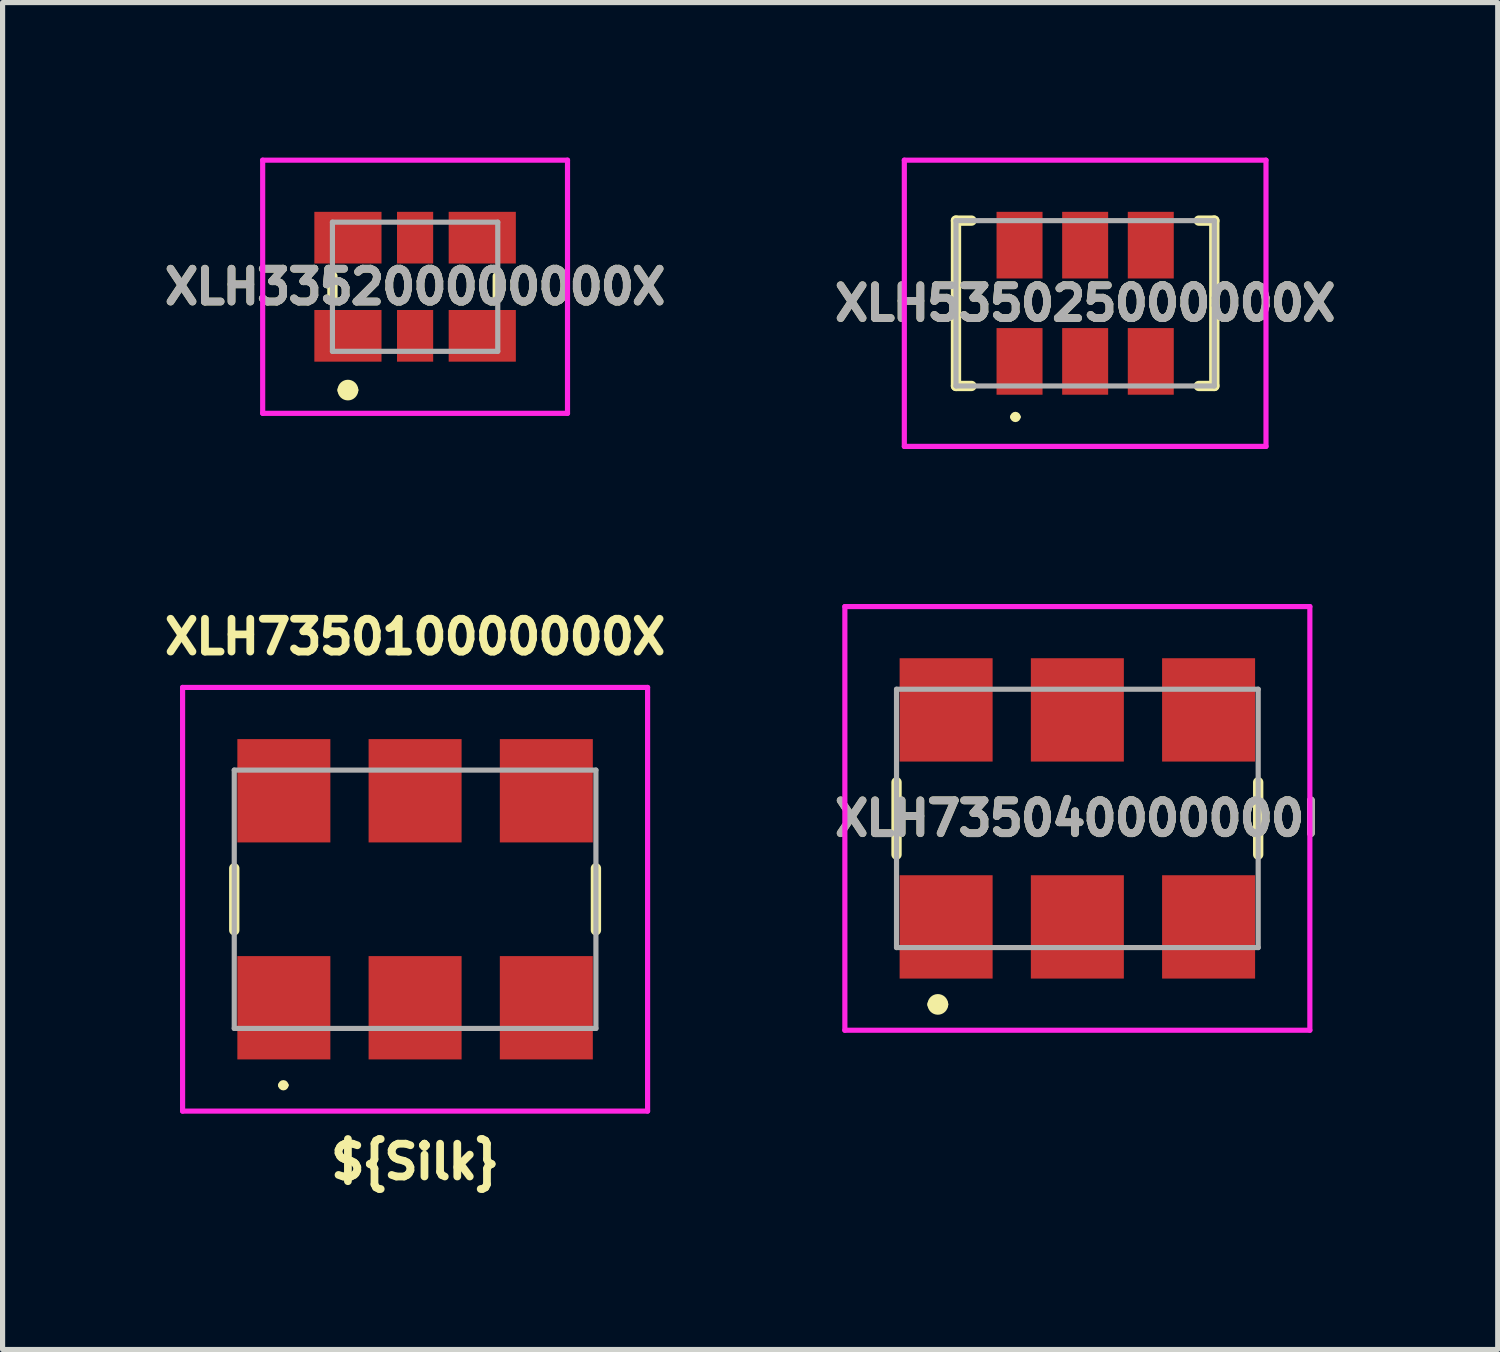
<source format=kicad_pcb>
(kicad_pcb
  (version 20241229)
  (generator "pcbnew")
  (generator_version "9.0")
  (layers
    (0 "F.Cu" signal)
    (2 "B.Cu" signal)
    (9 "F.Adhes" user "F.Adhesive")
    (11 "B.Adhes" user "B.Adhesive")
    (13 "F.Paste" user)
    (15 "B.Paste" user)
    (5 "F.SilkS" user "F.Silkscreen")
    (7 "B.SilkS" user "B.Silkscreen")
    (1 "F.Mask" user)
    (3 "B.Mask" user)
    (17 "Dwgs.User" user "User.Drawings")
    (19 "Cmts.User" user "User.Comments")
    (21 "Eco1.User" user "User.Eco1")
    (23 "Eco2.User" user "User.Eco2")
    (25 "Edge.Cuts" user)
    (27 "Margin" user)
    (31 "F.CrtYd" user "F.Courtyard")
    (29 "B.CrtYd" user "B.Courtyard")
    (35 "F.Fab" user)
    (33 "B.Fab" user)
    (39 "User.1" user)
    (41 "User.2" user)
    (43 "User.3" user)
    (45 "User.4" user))
  (footprint "XLH335200000000X"
    (layer "F.Cu")
    (at 4.984 2.5)
    (property "Reference" "XLH335200000000X" (at 0 0 0) (layer "F.SilkS") (effects (font (size 0.635 0.635) (thickness 0.15))))
    (attr smd)
    (fp_line (start -1.6 0.2) (end -1.6 -0.2) (stroke (width 0.2) (type solid)) (layer "F.SilkS"))
    (fp_line (start -1.4 2) (end -1.4 2) (stroke (width 0.2) (type solid)) (layer "F.SilkS"))
    (fp_line (start -1.2 2) (end -1.2 2) (stroke (width 0.2) (type solid)) (layer "F.SilkS"))
    (fp_line (start 1.6 0.2) (end 1.6 -0.2) (stroke (width 0.2) (type solid)) (layer "F.SilkS"))
    (fp_arc (start -1.4 2) (mid -1.3 1.9) (end -1.2 2) (stroke (width 0.2) (type solid)) (layer "F.SilkS"))
    (fp_arc (start -1.2 2) (mid -1.3 2.1) (end -1.4 2) (stroke (width 0.2) (type solid)) (layer "F.SilkS"))
    (fp_line (start -2.95 -2.45) (end 2.95 -2.45) (stroke (width 0.1) (type solid)) (layer "F.CrtYd"))
    (fp_line (start -2.95 2.45) (end -2.95 -2.45) (stroke (width 0.1) (type solid)) (layer "F.CrtYd"))
    (fp_line (start 2.95 -2.45) (end 2.95 2.45) (stroke (width 0.1) (type solid)) (layer "F.CrtYd"))
    (fp_line (start 2.95 2.45) (end -2.95 2.45) (stroke (width 0.1) (type solid)) (layer "F.CrtYd"))
    (fp_line (start -1.6 -1.25) (end 1.6 -1.25) (stroke (width 0.1) (type solid)) (layer "F.Fab"))
    (fp_line (start -1.6 1.25) (end -1.6 -1.25) (stroke (width 0.1) (type solid)) (layer "F.Fab"))
    (fp_line (start 1.6 -1.25) (end 1.6 1.25) (stroke (width 0.1) (type solid)) (layer "F.Fab"))
    (fp_line (start 1.6 1.25) (end -1.6 1.25) (stroke (width 0.1) (type solid)) (layer "F.Fab"))
    (fp_text user "${REFERENCE}" (at 0 0 0) (layer "F.Fab") (effects (font (size 0.635 0.635) (thickness 0.15))))
    (pad "1" smd rect (at -1.3 0.95 90) (size 1 1.3) (layers "F.Cu" "F.Mask" "F.Paste"))
    (pad "2" smd rect (at 0 0.95) (size 0.7 1) (layers "F.Cu" "F.Mask" "F.Paste"))
    (pad "3" smd rect (at 1.3 0.95 90) (size 1 1.3) (layers "F.Cu" "F.Mask" "F.Paste"))
    (pad "4" smd rect (at 1.3 -0.95 90) (size 1 1.3) (layers "F.Cu" "F.Mask" "F.Paste"))
    (pad "5" smd rect (at 0 -0.95) (size 0.7 1) (layers "F.Cu" "F.Mask" "F.Paste"))
    (pad "6" smd rect (at -1.3 -0.95 90) (size 1 1.3) (layers "F.Cu" "F.Mask" "F.Paste")))
  (footprint "XLH535025000000X"
    (layer "F.Cu")
    (at 17.953 2.82)
    (property "Reference" "XLH535025000000X" (at 0 0 0) (layer "F.SilkS") (effects (font (size 0.635 0.635) (thickness 0.15))))
    (attr smd)
    (fp_line (start -2.5 -1.6) (end -2.5 1.6) (stroke (width 0.2) (type solid)) (layer "F.SilkS"))
    (fp_line (start -2.5 1.6) (end -2.2 1.6) (stroke (width 0.2) (type solid)) (layer "F.SilkS"))
    (fp_line (start -2.2 -1.6) (end -2.5 -1.6) (stroke (width 0.2) (type solid)) (layer "F.SilkS"))
    (fp_line (start -1.4 2.2) (end -1.4 2.2) (stroke (width 0.1) (type solid)) (layer "F.SilkS"))
    (fp_line (start -1.3 2.2) (end -1.3 2.2) (stroke (width 0.1) (type solid)) (layer "F.SilkS"))
    (fp_line (start 2.2 -1.6) (end 2.5 -1.6) (stroke (width 0.2) (type solid)) (layer "F.SilkS"))
    (fp_line (start 2.5 -1.6) (end 2.5 1.6) (stroke (width 0.2) (type solid)) (layer "F.SilkS"))
    (fp_line (start 2.5 1.6) (end 2.2 1.6) (stroke (width 0.2) (type solid)) (layer "F.SilkS"))
    (fp_arc (start -1.4 2.2) (mid -1.35 2.15) (end -1.3 2.2) (stroke (width 0.1) (type solid)) (layer "F.SilkS"))
    (fp_arc (start -1.3 2.2) (mid -1.35 2.25) (end -1.4 2.2) (stroke (width 0.1) (type solid)) (layer "F.SilkS"))
    (fp_line (start -3.5 -2.77) (end 3.5 -2.77) (stroke (width 0.1) (type solid)) (layer "F.CrtYd"))
    (fp_line (start -3.5 2.77) (end -3.5 -2.77) (stroke (width 0.1) (type solid)) (layer "F.CrtYd"))
    (fp_line (start 3.5 -2.77) (end 3.5 2.77) (stroke (width 0.1) (type solid)) (layer "F.CrtYd"))
    (fp_line (start 3.5 2.77) (end -3.5 2.77) (stroke (width 0.1) (type solid)) (layer "F.CrtYd"))
    (fp_line (start -2.5 -1.6) (end 2.5 -1.6) (stroke (width 0.1) (type solid)) (layer "F.Fab"))
    (fp_line (start -2.5 1.6) (end -2.5 -1.6) (stroke (width 0.1) (type solid)) (layer "F.Fab"))
    (fp_line (start 2.5 -1.6) (end 2.5 1.6) (stroke (width 0.1) (type solid)) (layer "F.Fab"))
    (fp_line (start 2.5 1.6) (end -2.5 1.6) (stroke (width 0.1) (type solid)) (layer "F.Fab"))
    (fp_text user "${REFERENCE}" (at 0 0 0) (layer "F.Fab") (effects (font (size 0.635 0.635) (thickness 0.15))))
    (pad "1" smd rect (at -1.27 1.125) (size 0.89 1.29) (layers "F.Cu" "F.Mask" "F.Paste"))
    (pad "2" smd rect (at 0 1.125) (size 0.89 1.29) (layers "F.Cu" "F.Mask" "F.Paste"))
    (pad "3" smd rect (at 1.27 1.125) (size 0.89 1.29) (layers "F.Cu" "F.Mask" "F.Paste"))
    (pad "4" smd rect (at 1.27 -1.125) (size 0.89 1.29) (layers "F.Cu" "F.Mask" "F.Paste"))
    (pad "5" smd rect (at 0 -1.125) (size 0.89 1.29) (layers "F.Cu" "F.Mask" "F.Paste"))
    (pad "6" smd rect (at -1.27 -1.125) (size 0.89 1.29) (layers "F.Cu" "F.Mask" "F.Paste")))
  (footprint "XLH735040000000I"
    (layer "F.Cu")
    (at 17.802 12.79)
    (property "Reference" "XLH735040000000I" (at 0 0 0) (layer "F.SilkS") (effects (font (size 0.635 0.635) (thickness 0.15))))
    (attr smd)
    (fp_line (start -3.5 -0.7) (end -3.5 0.7) (stroke (width 0.2) (type solid)) (layer "F.SilkS"))
    (fp_line (start -2.8 3.6) (end -2.8 3.6) (stroke (width 0.2) (type solid)) (layer "F.SilkS"))
    (fp_line (start -2.6 3.6) (end -2.6 3.6) (stroke (width 0.2) (type solid)) (layer "F.SilkS"))
    (fp_line (start 3.5 -0.7) (end 3.5 0.7) (stroke (width 0.2) (type solid)) (layer "F.SilkS"))
    (fp_arc (start -2.8 3.6) (mid -2.7 3.5) (end -2.6 3.6) (stroke (width 0.2) (type solid)) (layer "F.SilkS"))
    (fp_arc (start -2.6 3.6) (mid -2.7 3.7) (end -2.8 3.6) (stroke (width 0.2) (type solid)) (layer "F.SilkS"))
    (fp_line (start -4.5 -4.1) (end 4.5 -4.1) (stroke (width 0.1) (type solid)) (layer "F.CrtYd"))
    (fp_line (start -4.5 4.1) (end -4.5 -4.1) (stroke (width 0.1) (type solid)) (layer "F.CrtYd"))
    (fp_line (start 4.5 -4.1) (end 4.5 4.1) (stroke (width 0.1) (type solid)) (layer "F.CrtYd"))
    (fp_line (start 4.5 4.1) (end -4.5 4.1) (stroke (width 0.1) (type solid)) (layer "F.CrtYd"))
    (fp_line (start -3.5 -2.5) (end 3.5 -2.5) (stroke (width 0.1) (type solid)) (layer "F.Fab"))
    (fp_line (start -3.5 2.5) (end -3.5 -2.5) (stroke (width 0.1) (type solid)) (layer "F.Fab"))
    (fp_line (start 3.5 -2.5) (end 3.5 2.5) (stroke (width 0.1) (type solid)) (layer "F.Fab"))
    (fp_line (start 3.5 2.5) (end -3.5 2.5) (stroke (width 0.1) (type solid)) (layer "F.Fab"))
    (fp_text user "${REFERENCE}" (at 0 0 0) (layer "F.Fab") (effects (font (size 0.635 0.635) (thickness 0.15))))
    (pad "1" smd rect (at -2.54 2.1) (size 1.8 2) (layers "F.Cu" "F.Mask" "F.Paste"))
    (pad "2" smd rect (at 0 2.1) (size 1.8 2) (layers "F.Cu" "F.Mask" "F.Paste"))
    (pad "3" smd rect (at 2.54 2.1) (size 1.8 2) (layers "F.Cu" "F.Mask" "F.Paste"))
    (pad "4" smd rect (at 2.54 -2.1) (size 1.8 2) (layers "F.Cu" "F.Mask" "F.Paste"))
    (pad "5" smd rect (at 0 -2.1) (size 1.8 2) (layers "F.Cu" "F.Mask" "F.Paste"))
    (pad "6" smd rect (at -2.54 -2.1) (size 1.8 2) (layers "F.Cu" "F.Mask" "F.Paste")))
  (footprint "XLH735010000000X"
    (layer "F.Cu")
    (at 4.984 14.355)
    (property "Reference" "XLH735010000000X" (at 0 -5.08 0) (layer "F.SilkS") (effects (font (size 0.635 0.635) (thickness 0.15))))
    (attr smd)
    (fp_line (start -3.5 -0.6) (end -3.5 0.6) (stroke (width 0.2) (type solid)) (layer "F.SilkS"))
    (fp_line (start -2.6 3.6) (end -2.6 3.6) (stroke (width 0.1) (type solid)) (layer "F.SilkS"))
    (fp_line (start -2.5 3.6) (end -2.5 3.6) (stroke (width 0.1) (type solid)) (layer "F.SilkS"))
    (fp_line (start 3.5 -0.6) (end 3.5 0.6) (stroke (width 0.2) (type solid)) (layer "F.SilkS"))
    (fp_arc (start -2.6 3.6) (mid -2.55 3.55) (end -2.5 3.6) (stroke (width 0.1) (type solid)) (layer "F.SilkS"))
    (fp_arc (start -2.5 3.6) (mid -2.55 3.65) (end -2.6 3.6) (stroke (width 0.1) (type solid)) (layer "F.SilkS"))
    (fp_line (start -4.5 -4.1) (end 4.5 -4.1) (stroke (width 0.1) (type solid)) (layer "F.CrtYd"))
    (fp_line (start -4.5 4.1) (end -4.5 -4.1) (stroke (width 0.1) (type solid)) (layer "F.CrtYd"))
    (fp_line (start 4.5 -4.1) (end 4.5 4.1) (stroke (width 0.1) (type solid)) (layer "F.CrtYd"))
    (fp_line (start 4.5 4.1) (end -4.5 4.1) (stroke (width 0.1) (type solid)) (layer "F.CrtYd"))
    (fp_line (start -3.5 -2.5) (end 3.5 -2.5) (stroke (width 0.1) (type solid)) (layer "F.Fab"))
    (fp_line (start -3.5 2.5) (end -3.5 -2.5) (stroke (width 0.1) (type solid)) (layer "F.Fab"))
    (fp_line (start 3.5 -2.5) (end 3.5 2.5) (stroke (width 0.1) (type solid)) (layer "F.Fab"))
    (fp_line (start 3.5 2.5) (end -3.5 2.5) (stroke (width 0.1) (type solid)) (layer "F.Fab"))
    (fp_text user "${Silk}" (at 0 5.08 0) (layer "F.SilkS") (effects (font (size 0.635 0.635) (thickness 0.15))))
    (pad "1" smd rect (at -2.54 2.1) (size 1.8 2) (layers "F.Cu" "F.Mask" "F.Paste"))
    (pad "2" smd rect (at 0 2.1) (size 1.8 2) (layers "F.Cu" "F.Mask" "F.Paste"))
    (pad "3" smd rect (at 2.54 2.1) (size 1.8 2) (layers "F.Cu" "F.Mask" "F.Paste"))
    (pad "4" smd rect (at 2.54 -2.1) (size 1.8 2) (layers "F.Cu" "F.Mask" "F.Paste"))
    (pad "5" smd rect (at 0 -2.1) (size 1.8 2) (layers "F.Cu" "F.Mask" "F.Paste"))
    (pad "6" smd rect (at -2.54 -2.1) (size 1.8 2) (layers "F.Cu" "F.Mask" "F.Paste")))
  (gr_rect
    (start -3 -3)
    (end 25.938 23.069)
    (stroke (width 0.1) (type default))
    (fill no)
    (layer "Edge.Cuts")))
</source>
